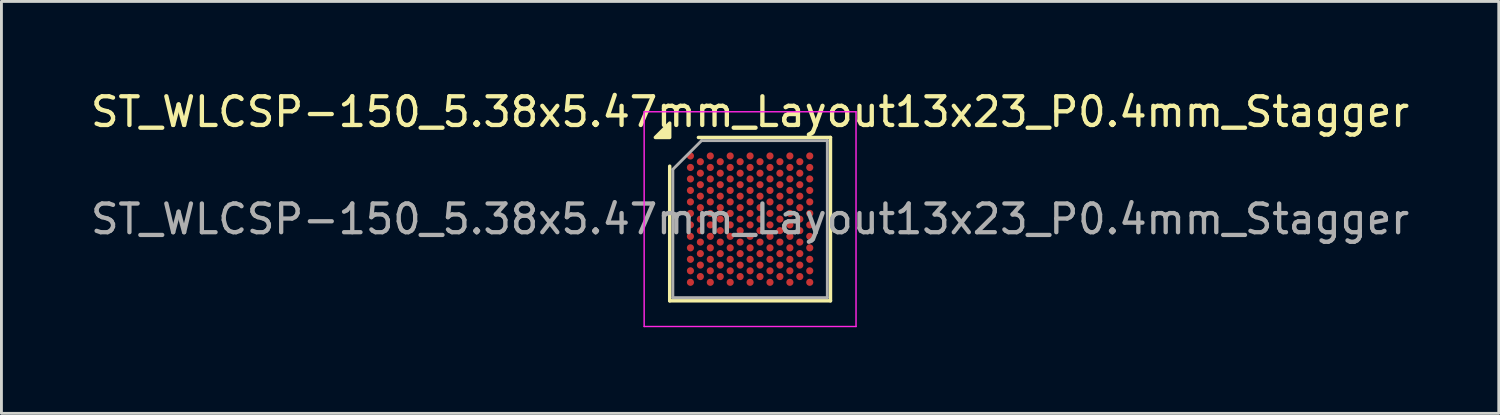
<source format=kicad_pcb>
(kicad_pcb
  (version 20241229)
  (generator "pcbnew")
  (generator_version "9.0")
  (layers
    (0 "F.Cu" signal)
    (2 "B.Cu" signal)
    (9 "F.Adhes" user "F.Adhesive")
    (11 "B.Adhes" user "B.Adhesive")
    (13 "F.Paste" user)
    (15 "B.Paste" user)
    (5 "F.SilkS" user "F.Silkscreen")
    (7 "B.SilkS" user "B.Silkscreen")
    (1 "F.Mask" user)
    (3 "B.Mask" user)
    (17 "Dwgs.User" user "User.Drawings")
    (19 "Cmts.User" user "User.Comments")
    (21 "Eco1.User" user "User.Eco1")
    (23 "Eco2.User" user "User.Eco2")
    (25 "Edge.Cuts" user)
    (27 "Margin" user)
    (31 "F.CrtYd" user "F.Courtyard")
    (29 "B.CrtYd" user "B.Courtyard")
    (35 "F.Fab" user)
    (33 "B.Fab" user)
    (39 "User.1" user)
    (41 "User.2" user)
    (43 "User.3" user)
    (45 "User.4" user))
  (footprint "ST_WLCSP-150_5.38x5.47mm_Layout13x23_P0.4mm_Stagger"
    (layer "F.Cu")
    (at 23.077 4.583)
    (property "Reference" "ST_WLCSP-150_5.38x5.47mm_Layout13x23_P0.4mm_Stagger" (at 0 -3.735 0) (layer "F.SilkS") (effects (font (size 1 1) (thickness 0.15))))
    (attr smd)
    (fp_line (start -2.8 2.845) (end -2.8 -1.845) (stroke (width 0.12) (type solid)) (layer "F.SilkS"))
    (fp_line (start -1.8 -2.845) (end 2.8 -2.845) (stroke (width 0.12) (type solid)) (layer "F.SilkS"))
    (fp_line (start 2.8 -2.845) (end 2.8 2.845) (stroke (width 0.12) (type solid)) (layer "F.SilkS"))
    (fp_line (start 2.8 2.845) (end -2.8 2.845) (stroke (width 0.12) (type solid)) (layer "F.SilkS"))
    (fp_poly (pts (xy -2.8 -2.845) (xy -3.3 -2.845) (xy -2.8 -3.345)) (stroke (width 0.12) (type solid)) (fill yes) (layer "F.SilkS"))
    (fp_line (start -3.69 -3.74) (end -3.69 3.74) (stroke (width 0.05) (type solid)) (layer "F.CrtYd"))
    (fp_line (start -3.69 3.74) (end 3.69 3.74) (stroke (width 0.05) (type solid)) (layer "F.CrtYd"))
    (fp_line (start 3.69 -3.74) (end -3.69 -3.74) (stroke (width 0.05) (type solid)) (layer "F.CrtYd"))
    (fp_line (start 3.69 3.74) (end 3.69 -3.74) (stroke (width 0.05) (type solid)) (layer "F.CrtYd"))
    (fp_line (start -2.69 -1.735) (end -1.69 -2.735) (stroke (width 0.1) (type solid)) (layer "F.Fab"))
    (fp_line (start -2.69 2.735) (end -2.69 -1.735) (stroke (width 0.1) (type solid)) (layer "F.Fab"))
    (fp_line (start -1.69 -2.735) (end 2.69 -2.735) (stroke (width 0.1) (type solid)) (layer "F.Fab"))
    (fp_line (start 2.69 -2.735) (end 2.69 2.735) (stroke (width 0.1) (type solid)) (layer "F.Fab"))
    (fp_line (start 2.69 2.735) (end -2.69 2.735) (stroke (width 0.1) (type solid)) (layer "F.Fab"))
    (fp_text user "${REFERENCE}" (at 0 0 0) (layer "F.Fab") (effects (font (size 1 1) (thickness 0.15))))
    (pad "A1" smd circle (at -2.078 -2.2) (size 0.25 0.25) (property pad_prop_bga) (layers "F.Cu" "F.Mask" "F.Paste"))
    (pad "A3" smd circle (at -1.386 -2.2) (size 0.25 0.25) (property pad_prop_bga) (layers "F.Cu" "F.Mask" "F.Paste"))
    (pad "A5" smd circle (at -0.693 -2.2) (size 0.25 0.25) (property pad_prop_bga) (layers "F.Cu" "F.Mask" "F.Paste"))
    (pad "A7" smd circle (at 0 -2.2) (size 0.25 0.25) (property pad_prop_bga) (layers "F.Cu" "F.Mask" "F.Paste"))
    (pad "A9" smd circle (at 0.693 -2.2) (size 0.25 0.25) (property pad_prop_bga) (layers "F.Cu" "F.Mask" "F.Paste"))
    (pad "A11" smd circle (at 1.386 -2.2) (size 0.25 0.25) (property pad_prop_bga) (layers "F.Cu" "F.Mask" "F.Paste"))
    (pad "A13" smd circle (at 2.078 -2.2) (size 0.25 0.25) (property pad_prop_bga) (layers "F.Cu" "F.Mask" "F.Paste"))
    (pad "AA1" smd circle (at -2.078 1.8) (size 0.25 0.25) (property pad_prop_bga) (layers "F.Cu" "F.Mask" "F.Paste"))
    (pad "AA3" smd circle (at -1.386 1.8) (size 0.25 0.25) (property pad_prop_bga) (layers "F.Cu" "F.Mask" "F.Paste"))
    (pad "AA5" smd circle (at -0.693 1.8) (size 0.25 0.25) (property pad_prop_bga) (layers "F.Cu" "F.Mask" "F.Paste"))
    (pad "AA7" smd circle (at 0 1.8) (size 0.25 0.25) (property pad_prop_bga) (layers "F.Cu" "F.Mask" "F.Paste"))
    (pad "AA9" smd circle (at 0.693 1.8) (size 0.25 0.25) (property pad_prop_bga) (layers "F.Cu" "F.Mask" "F.Paste"))
    (pad "AA11" smd circle (at 1.386 1.8) (size 0.25 0.25) (property pad_prop_bga) (layers "F.Cu" "F.Mask" "F.Paste"))
    (pad "AA13" smd circle (at 2.078 1.8) (size 0.25 0.25) (property pad_prop_bga) (layers "F.Cu" "F.Mask" "F.Paste"))
    (pad "AB2" smd circle (at -1.732 2) (size 0.25 0.25) (property pad_prop_bga) (layers "F.Cu" "F.Mask" "F.Paste"))
    (pad "AB4" smd circle (at -1.039 2) (size 0.25 0.25) (property pad_prop_bga) (layers "F.Cu" "F.Mask" "F.Paste"))
    (pad "AB6" smd circle (at -0.346 2) (size 0.25 0.25) (property pad_prop_bga) (layers "F.Cu" "F.Mask" "F.Paste"))
    (pad "AB8" smd circle (at 0.346 2) (size 0.25 0.25) (property pad_prop_bga) (layers "F.Cu" "F.Mask" "F.Paste"))
    (pad "AB10" smd circle (at 1.039 2) (size 0.25 0.25) (property pad_prop_bga) (layers "F.Cu" "F.Mask" "F.Paste"))
    (pad "AB12" smd circle (at 1.732 2) (size 0.25 0.25) (property pad_prop_bga) (layers "F.Cu" "F.Mask" "F.Paste"))
    (pad "AC1" smd circle (at -2.078 2.2) (size 0.25 0.25) (property pad_prop_bga) (layers "F.Cu" "F.Mask" "F.Paste"))
    (pad "AC3" smd circle (at -1.386 2.2) (size 0.25 0.25) (property pad_prop_bga) (layers "F.Cu" "F.Mask" "F.Paste"))
    (pad "AC5" smd circle (at -0.693 2.2) (size 0.25 0.25) (property pad_prop_bga) (layers "F.Cu" "F.Mask" "F.Paste"))
    (pad "AC7" smd circle (at 0 2.2) (size 0.25 0.25) (property pad_prop_bga) (layers "F.Cu" "F.Mask" "F.Paste"))
    (pad "AC9" smd circle (at 0.693 2.2) (size 0.25 0.25) (property pad_prop_bga) (layers "F.Cu" "F.Mask" "F.Paste"))
    (pad "AC11" smd circle (at 1.386 2.2) (size 0.25 0.25) (property pad_prop_bga) (layers "F.Cu" "F.Mask" "F.Paste"))
    (pad "AC13" smd circle (at 2.078 2.2) (size 0.25 0.25) (property pad_prop_bga) (layers "F.Cu" "F.Mask" "F.Paste"))
    (pad "B2" smd circle (at -1.732 -2) (size 0.25 0.25) (property pad_prop_bga) (layers "F.Cu" "F.Mask" "F.Paste"))
    (pad "B4" smd circle (at -1.039 -2) (size 0.25 0.25) (property pad_prop_bga) (layers "F.Cu" "F.Mask" "F.Paste"))
    (pad "B6" smd circle (at -0.346 -2) (size 0.25 0.25) (property pad_prop_bga) (layers "F.Cu" "F.Mask" "F.Paste"))
    (pad "B8" smd circle (at 0.346 -2) (size 0.25 0.25) (property pad_prop_bga) (layers "F.Cu" "F.Mask" "F.Paste"))
    (pad "B10" smd circle (at 1.039 -2) (size 0.25 0.25) (property pad_prop_bga) (layers "F.Cu" "F.Mask" "F.Paste"))
    (pad "B12" smd circle (at 1.732 -2) (size 0.25 0.25) (property pad_prop_bga) (layers "F.Cu" "F.Mask" "F.Paste"))
    (pad "C1" smd circle (at -2.078 -1.8) (size 0.25 0.25) (property pad_prop_bga) (layers "F.Cu" "F.Mask" "F.Paste"))
    (pad "C3" smd circle (at -1.386 -1.8) (size 0.25 0.25) (property pad_prop_bga) (layers "F.Cu" "F.Mask" "F.Paste"))
    (pad "C5" smd circle (at -0.693 -1.8) (size 0.25 0.25) (property pad_prop_bga) (layers "F.Cu" "F.Mask" "F.Paste"))
    (pad "C7" smd circle (at 0 -1.8) (size 0.25 0.25) (property pad_prop_bga) (layers "F.Cu" "F.Mask" "F.Paste"))
    (pad "C9" smd circle (at 0.693 -1.8) (size 0.25 0.25) (property pad_prop_bga) (layers "F.Cu" "F.Mask" "F.Paste"))
    (pad "C11" smd circle (at 1.386 -1.8) (size 0.25 0.25) (property pad_prop_bga) (layers "F.Cu" "F.Mask" "F.Paste"))
    (pad "C13" smd circle (at 2.078 -1.8) (size 0.25 0.25) (property pad_prop_bga) (layers "F.Cu" "F.Mask" "F.Paste"))
    (pad "D2" smd circle (at -1.732 -1.6) (size 0.25 0.25) (property pad_prop_bga) (layers "F.Cu" "F.Mask" "F.Paste"))
    (pad "D4" smd circle (at -1.039 -1.6) (size 0.25 0.25) (property pad_prop_bga) (layers "F.Cu" "F.Mask" "F.Paste"))
    (pad "D6" smd circle (at -0.346 -1.6) (size 0.25 0.25) (property pad_prop_bga) (layers "F.Cu" "F.Mask" "F.Paste"))
    (pad "D8" smd circle (at 0.346 -1.6) (size 0.25 0.25) (property pad_prop_bga) (layers "F.Cu" "F.Mask" "F.Paste"))
    (pad "D10" smd circle (at 1.039 -1.6) (size 0.25 0.25) (property pad_prop_bga) (layers "F.Cu" "F.Mask" "F.Paste"))
    (pad "D12" smd circle (at 1.732 -1.6) (size 0.25 0.25) (property pad_prop_bga) (layers "F.Cu" "F.Mask" "F.Paste"))
    (pad "E1" smd circle (at -2.078 -1.4) (size 0.25 0.25) (property pad_prop_bga) (layers "F.Cu" "F.Mask" "F.Paste"))
    (pad "E3" smd circle (at -1.386 -1.4) (size 0.25 0.25) (property pad_prop_bga) (layers "F.Cu" "F.Mask" "F.Paste"))
    (pad "E5" smd circle (at -0.693 -1.4) (size 0.25 0.25) (property pad_prop_bga) (layers "F.Cu" "F.Mask" "F.Paste"))
    (pad "E7" smd circle (at 0 -1.4) (size 0.25 0.25) (property pad_prop_bga) (layers "F.Cu" "F.Mask" "F.Paste"))
    (pad "E9" smd circle (at 0.693 -1.4) (size 0.25 0.25) (property pad_prop_bga) (layers "F.Cu" "F.Mask" "F.Paste"))
    (pad "E11" smd circle (at 1.386 -1.4) (size 0.25 0.25) (property pad_prop_bga) (layers "F.Cu" "F.Mask" "F.Paste"))
    (pad "E13" smd circle (at 2.078 -1.4) (size 0.25 0.25) (property pad_prop_bga) (layers "F.Cu" "F.Mask" "F.Paste"))
    (pad "F2" smd circle (at -1.732 -1.2) (size 0.25 0.25) (property pad_prop_bga) (layers "F.Cu" "F.Mask" "F.Paste"))
    (pad "F4" smd circle (at -1.039 -1.2) (size 0.25 0.25) (property pad_prop_bga) (layers "F.Cu" "F.Mask" "F.Paste"))
    (pad "F6" smd circle (at -0.346 -1.2) (size 0.25 0.25) (property pad_prop_bga) (layers "F.Cu" "F.Mask" "F.Paste"))
    (pad "F8" smd circle (at 0.346 -1.2) (size 0.25 0.25) (property pad_prop_bga) (layers "F.Cu" "F.Mask" "F.Paste"))
    (pad "F10" smd circle (at 1.039 -1.2) (size 0.25 0.25) (property pad_prop_bga) (layers "F.Cu" "F.Mask" "F.Paste"))
    (pad "F12" smd circle (at 1.732 -1.2) (size 0.25 0.25) (property pad_prop_bga) (layers "F.Cu" "F.Mask" "F.Paste"))
    (pad "G1" smd circle (at -2.078 -1) (size 0.25 0.25) (property pad_prop_bga) (layers "F.Cu" "F.Mask" "F.Paste"))
    (pad "G3" smd circle (at -1.386 -1) (size 0.25 0.25) (property pad_prop_bga) (layers "F.Cu" "F.Mask" "F.Paste"))
    (pad "G5" smd circle (at -0.693 -1) (size 0.25 0.25) (property pad_prop_bga) (layers "F.Cu" "F.Mask" "F.Paste"))
    (pad "G7" smd circle (at 0 -1) (size 0.25 0.25) (property pad_prop_bga) (layers "F.Cu" "F.Mask" "F.Paste"))
    (pad "G9" smd circle (at 0.693 -1) (size 0.25 0.25) (property pad_prop_bga) (layers "F.Cu" "F.Mask" "F.Paste"))
    (pad "G11" smd circle (at 1.386 -1) (size 0.25 0.25) (property pad_prop_bga) (layers "F.Cu" "F.Mask" "F.Paste"))
    (pad "G13" smd circle (at 2.078 -1) (size 0.25 0.25) (property pad_prop_bga) (layers "F.Cu" "F.Mask" "F.Paste"))
    (pad "H2" smd circle (at -1.732 -0.8) (size 0.25 0.25) (property pad_prop_bga) (layers "F.Cu" "F.Mask" "F.Paste"))
    (pad "H4" smd circle (at -1.039 -0.8) (size 0.25 0.25) (property pad_prop_bga) (layers "F.Cu" "F.Mask" "F.Paste"))
    (pad "H6" smd circle (at -0.346 -0.8) (size 0.25 0.25) (property pad_prop_bga) (layers "F.Cu" "F.Mask" "F.Paste"))
    (pad "H8" smd circle (at 0.346 -0.8) (size 0.25 0.25) (property pad_prop_bga) (layers "F.Cu" "F.Mask" "F.Paste"))
    (pad "H10" smd circle (at 1.039 -0.8) (size 0.25 0.25) (property pad_prop_bga) (layers "F.Cu" "F.Mask" "F.Paste"))
    (pad "H12" smd circle (at 1.732 -0.8) (size 0.25 0.25) (property pad_prop_bga) (layers "F.Cu" "F.Mask" "F.Paste"))
    (pad "J1" smd circle (at -2.078 -0.6) (size 0.25 0.25) (property pad_prop_bga) (layers "F.Cu" "F.Mask" "F.Paste"))
    (pad "J3" smd circle (at -1.386 -0.6) (size 0.25 0.25) (property pad_prop_bga) (layers "F.Cu" "F.Mask" "F.Paste"))
    (pad "J5" smd circle (at -0.693 -0.6) (size 0.25 0.25) (property pad_prop_bga) (layers "F.Cu" "F.Mask" "F.Paste"))
    (pad "J7" smd circle (at 0 -0.6) (size 0.25 0.25) (property pad_prop_bga) (layers "F.Cu" "F.Mask" "F.Paste"))
    (pad "J9" smd circle (at 0.693 -0.6) (size 0.25 0.25) (property pad_prop_bga) (layers "F.Cu" "F.Mask" "F.Paste"))
    (pad "J11" smd circle (at 1.386 -0.6) (size 0.25 0.25) (property pad_prop_bga) (layers "F.Cu" "F.Mask" "F.Paste"))
    (pad "J13" smd circle (at 2.078 -0.6) (size 0.25 0.25) (property pad_prop_bga) (layers "F.Cu" "F.Mask" "F.Paste"))
    (pad "K2" smd circle (at -1.732 -0.4) (size 0.25 0.25) (property pad_prop_bga) (layers "F.Cu" "F.Mask" "F.Paste"))
    (pad "K4" smd circle (at -1.039 -0.4) (size 0.25 0.25) (property pad_prop_bga) (layers "F.Cu" "F.Mask" "F.Paste"))
    (pad "K6" smd circle (at -0.346 -0.4) (size 0.25 0.25) (property pad_prop_bga) (layers "F.Cu" "F.Mask" "F.Paste"))
    (pad "K8" smd circle (at 0.346 -0.4) (size 0.25 0.25) (property pad_prop_bga) (layers "F.Cu" "F.Mask" "F.Paste"))
    (pad "K10" smd circle (at 1.039 -0.4) (size 0.25 0.25) (property pad_prop_bga) (layers "F.Cu" "F.Mask" "F.Paste"))
    (pad "K12" smd circle (at 1.732 -0.4) (size 0.25 0.25) (property pad_prop_bga) (layers "F.Cu" "F.Mask" "F.Paste"))
    (pad "L1" smd circle (at -2.078 -0.2) (size 0.25 0.25) (property pad_prop_bga) (layers "F.Cu" "F.Mask" "F.Paste"))
    (pad "L3" smd circle (at -1.386 -0.2) (size 0.25 0.25) (property pad_prop_bga) (layers "F.Cu" "F.Mask" "F.Paste"))
    (pad "L5" smd circle (at -0.693 -0.2) (size 0.25 0.25) (property pad_prop_bga) (layers "F.Cu" "F.Mask" "F.Paste"))
    (pad "L7" smd circle (at 0 -0.2) (size 0.25 0.25) (property pad_prop_bga) (layers "F.Cu" "F.Mask" "F.Paste"))
    (pad "L9" smd circle (at 0.693 -0.2) (size 0.25 0.25) (property pad_prop_bga) (layers "F.Cu" "F.Mask" "F.Paste"))
    (pad "L11" smd circle (at 1.386 -0.2) (size 0.25 0.25) (property pad_prop_bga) (layers "F.Cu" "F.Mask" "F.Paste"))
    (pad "L13" smd circle (at 2.078 -0.2) (size 0.25 0.25) (property pad_prop_bga) (layers "F.Cu" "F.Mask" "F.Paste"))
    (pad "M2" smd circle (at -1.732 0) (size 0.25 0.25) (property pad_prop_bga) (layers "F.Cu" "F.Mask" "F.Paste"))
    (pad "M4" smd circle (at -1.039 0) (size 0.25 0.25) (property pad_prop_bga) (layers "F.Cu" "F.Mask" "F.Paste"))
    (pad "M6" smd circle (at -0.346 0) (size 0.25 0.25) (property pad_prop_bga) (layers "F.Cu" "F.Mask" "F.Paste"))
    (pad "M8" smd circle (at 0.346 0) (size 0.25 0.25) (property pad_prop_bga) (layers "F.Cu" "F.Mask" "F.Paste"))
    (pad "M10" smd circle (at 1.039 0) (size 0.25 0.25) (property pad_prop_bga) (layers "F.Cu" "F.Mask" "F.Paste"))
    (pad "M12" smd circle (at 1.732 0) (size 0.25 0.25) (property pad_prop_bga) (layers "F.Cu" "F.Mask" "F.Paste"))
    (pad "N1" smd circle (at -2.078 0.2) (size 0.25 0.25) (property pad_prop_bga) (layers "F.Cu" "F.Mask" "F.Paste"))
    (pad "N3" smd circle (at -1.386 0.2) (size 0.25 0.25) (property pad_prop_bga) (layers "F.Cu" "F.Mask" "F.Paste"))
    (pad "N5" smd circle (at -0.693 0.2) (size 0.25 0.25) (property pad_prop_bga) (layers "F.Cu" "F.Mask" "F.Paste"))
    (pad "N7" smd circle (at 0 0.2) (size 0.25 0.25) (property pad_prop_bga) (layers "F.Cu" "F.Mask" "F.Paste"))
    (pad "N9" smd circle (at 0.693 0.2) (size 0.25 0.25) (property pad_prop_bga) (layers "F.Cu" "F.Mask" "F.Paste"))
    (pad "N11" smd circle (at 1.386 0.2) (size 0.25 0.25) (property pad_prop_bga) (layers "F.Cu" "F.Mask" "F.Paste"))
    (pad "N13" smd circle (at 2.078 0.2) (size 0.25 0.25) (property pad_prop_bga) (layers "F.Cu" "F.Mask" "F.Paste"))
    (pad "P2" smd circle (at -1.732 0.4) (size 0.25 0.25) (property pad_prop_bga) (layers "F.Cu" "F.Mask" "F.Paste"))
    (pad "P4" smd circle (at -1.039 0.4) (size 0.25 0.25) (property pad_prop_bga) (layers "F.Cu" "F.Mask" "F.Paste"))
    (pad "P6" smd circle (at -0.346 0.4) (size 0.25 0.25) (property pad_prop_bga) (layers "F.Cu" "F.Mask" "F.Paste"))
    (pad "P8" smd circle (at 0.346 0.4) (size 0.25 0.25) (property pad_prop_bga) (layers "F.Cu" "F.Mask" "F.Paste"))
    (pad "P10" smd circle (at 1.039 0.4) (size 0.25 0.25) (property pad_prop_bga) (layers "F.Cu" "F.Mask" "F.Paste"))
    (pad "P12" smd circle (at 1.732 0.4) (size 0.25 0.25) (property pad_prop_bga) (layers "F.Cu" "F.Mask" "F.Paste"))
    (pad "R1" smd circle (at -2.078 0.6) (size 0.25 0.25) (property pad_prop_bga) (layers "F.Cu" "F.Mask" "F.Paste"))
    (pad "R3" smd circle (at -1.386 0.6) (size 0.25 0.25) (property pad_prop_bga) (layers "F.Cu" "F.Mask" "F.Paste"))
    (pad "R5" smd circle (at -0.693 0.6) (size 0.25 0.25) (property pad_prop_bga) (layers "F.Cu" "F.Mask" "F.Paste"))
    (pad "R7" smd circle (at 0 0.6) (size 0.25 0.25) (property pad_prop_bga) (layers "F.Cu" "F.Mask" "F.Paste"))
    (pad "R9" smd circle (at 0.693 0.6) (size 0.25 0.25) (property pad_prop_bga) (layers "F.Cu" "F.Mask" "F.Paste"))
    (pad "R11" smd circle (at 1.386 0.6) (size 0.25 0.25) (property pad_prop_bga) (layers "F.Cu" "F.Mask" "F.Paste"))
    (pad "R13" smd circle (at 2.078 0.6) (size 0.25 0.25) (property pad_prop_bga) (layers "F.Cu" "F.Mask" "F.Paste"))
    (pad "T2" smd circle (at -1.732 0.8) (size 0.25 0.25) (property pad_prop_bga) (layers "F.Cu" "F.Mask" "F.Paste"))
    (pad "T4" smd circle (at -1.039 0.8) (size 0.25 0.25) (property pad_prop_bga) (layers "F.Cu" "F.Mask" "F.Paste"))
    (pad "T6" smd circle (at -0.346 0.8) (size 0.25 0.25) (property pad_prop_bga) (layers "F.Cu" "F.Mask" "F.Paste"))
    (pad "T8" smd circle (at 0.346 0.8) (size 0.25 0.25) (property pad_prop_bga) (layers "F.Cu" "F.Mask" "F.Paste"))
    (pad "T10" smd circle (at 1.039 0.8) (size 0.25 0.25) (property pad_prop_bga) (layers "F.Cu" "F.Mask" "F.Paste"))
    (pad "T12" smd circle (at 1.732 0.8) (size 0.25 0.25) (property pad_prop_bga) (layers "F.Cu" "F.Mask" "F.Paste"))
    (pad "U1" smd circle (at -2.078 1) (size 0.25 0.25) (property pad_prop_bga) (layers "F.Cu" "F.Mask" "F.Paste"))
    (pad "U3" smd circle (at -1.386 1) (size 0.25 0.25) (property pad_prop_bga) (layers "F.Cu" "F.Mask" "F.Paste"))
    (pad "U5" smd circle (at -0.693 1) (size 0.25 0.25) (property pad_prop_bga) (layers "F.Cu" "F.Mask" "F.Paste"))
    (pad "U7" smd circle (at 0 1) (size 0.25 0.25) (property pad_prop_bga) (layers "F.Cu" "F.Mask" "F.Paste"))
    (pad "U9" smd circle (at 0.693 1) (size 0.25 0.25) (property pad_prop_bga) (layers "F.Cu" "F.Mask" "F.Paste"))
    (pad "U11" smd circle (at 1.386 1) (size 0.25 0.25) (property pad_prop_bga) (layers "F.Cu" "F.Mask" "F.Paste"))
    (pad "U13" smd circle (at 2.078 1) (size 0.25 0.25) (property pad_prop_bga) (layers "F.Cu" "F.Mask" "F.Paste"))
    (pad "V2" smd circle (at -1.732 1.2) (size 0.25 0.25) (property pad_prop_bga) (layers "F.Cu" "F.Mask" "F.Paste"))
    (pad "V4" smd circle (at -1.039 1.2) (size 0.25 0.25) (property pad_prop_bga) (layers "F.Cu" "F.Mask" "F.Paste"))
    (pad "V6" smd circle (at -0.346 1.2) (size 0.25 0.25) (property pad_prop_bga) (layers "F.Cu" "F.Mask" "F.Paste"))
    (pad "V8" smd circle (at 0.346 1.2) (size 0.25 0.25) (property pad_prop_bga) (layers "F.Cu" "F.Mask" "F.Paste"))
    (pad "V10" smd circle (at 1.039 1.2) (size 0.25 0.25) (property pad_prop_bga) (layers "F.Cu" "F.Mask" "F.Paste"))
    (pad "V12" smd circle (at 1.732 1.2) (size 0.25 0.25) (property pad_prop_bga) (layers "F.Cu" "F.Mask" "F.Paste"))
    (pad "W1" smd circle (at -2.078 1.4) (size 0.25 0.25) (property pad_prop_bga) (layers "F.Cu" "F.Mask" "F.Paste"))
    (pad "W3" smd circle (at -1.386 1.4) (size 0.25 0.25) (property pad_prop_bga) (layers "F.Cu" "F.Mask" "F.Paste"))
    (pad "W5" smd circle (at -0.693 1.4) (size 0.25 0.25) (property pad_prop_bga) (layers "F.Cu" "F.Mask" "F.Paste"))
    (pad "W7" smd circle (at 0 1.4) (size 0.25 0.25) (property pad_prop_bga) (layers "F.Cu" "F.Mask" "F.Paste"))
    (pad "W9" smd circle (at 0.693 1.4) (size 0.25 0.25) (property pad_prop_bga) (layers "F.Cu" "F.Mask" "F.Paste"))
    (pad "W11" smd circle (at 1.386 1.4) (size 0.25 0.25) (property pad_prop_bga) (layers "F.Cu" "F.Mask" "F.Paste"))
    (pad "W13" smd circle (at 2.078 1.4) (size 0.25 0.25) (property pad_prop_bga) (layers "F.Cu" "F.Mask" "F.Paste"))
    (pad "Y2" smd circle (at -1.732 1.6) (size 0.25 0.25) (property pad_prop_bga) (layers "F.Cu" "F.Mask" "F.Paste"))
    (pad "Y4" smd circle (at -1.039 1.6) (size 0.25 0.25) (property pad_prop_bga) (layers "F.Cu" "F.Mask" "F.Paste"))
    (pad "Y6" smd circle (at -0.346 1.6) (size 0.25 0.25) (property pad_prop_bga) (layers "F.Cu" "F.Mask" "F.Paste"))
    (pad "Y8" smd circle (at 0.346 1.6) (size 0.25 0.25) (property pad_prop_bga) (layers "F.Cu" "F.Mask" "F.Paste"))
    (pad "Y10" smd circle (at 1.039 1.6) (size 0.25 0.25) (property pad_prop_bga) (layers "F.Cu" "F.Mask" "F.Paste"))
    (pad "Y12" smd circle (at 1.732 1.6) (size 0.25 0.25) (property pad_prop_bga) (layers "F.Cu" "F.Mask" "F.Paste")))
  (gr_rect
    (start -3 -3)
    (end 49.155 11.348)
    (stroke (width 0.1) (type default))
    (fill no)
    (layer "Edge.Cuts")))
</source>
